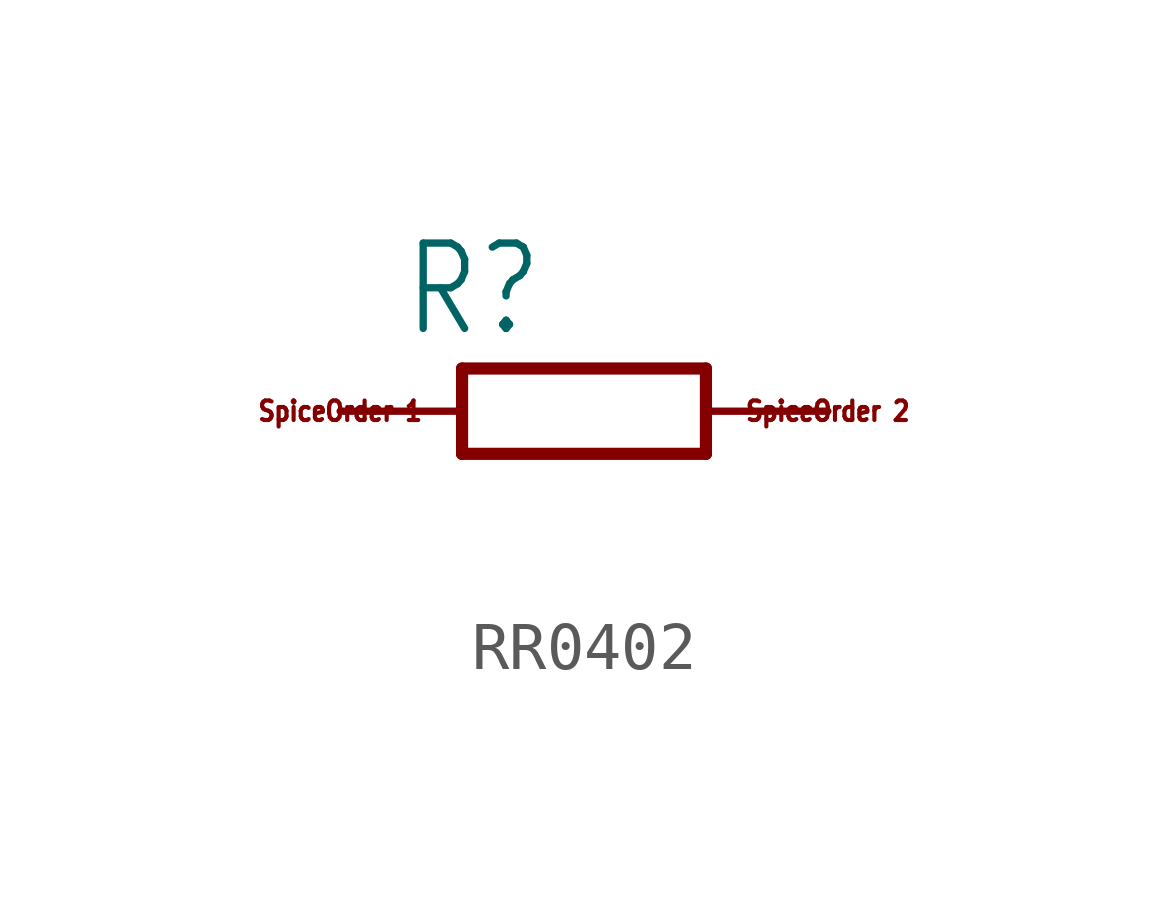
<source format=kicad_sym>
(kicad_symbol_lib
  (version 20220914)
  (generator kicad_symbol_editor)
  (symbol "RR0402"
    (property "Reference" "R"
      (at -3.81 1.499 0)
      (effects (font (size 1.778 1.511)) (justify left bottom)))
    (property "Value" ""
      (at -3.81 -3.302 0)
      (effects (font (size 1.778 1.511)) (justify left bottom)))
    (property "ki_locked" ""
      (at 0 0 0)
      (effects (font (size 1.27 1.27))))
    (symbol "RR0402_1_0"
      (polyline (pts (xy -2.54 -0.889) (xy -2.54 0.889)) (stroke (width 0.254) (type solid)) (fill (type none)))
      (polyline (pts (xy -2.54 -0.889) (xy 2.54 -0.889)) (stroke (width 0.254) (type solid)) (fill (type none)))
      (polyline (pts (xy 2.54 -0.889) (xy 2.54 0.889)) (stroke (width 0.254) (type solid)) (fill (type none)))
      (polyline (pts (xy 2.54 0.889) (xy -2.54 0.889)) (stroke (width 0.254) (type solid)) (fill (type none)))
      (text "SpiceOrder 1" (at -5.08 0 0) (effects (font (size 0.406 0.345))))
      (text "SpiceOrder 2" (at 5.08 0 0) (effects (font (size 0.406 0.345))))
      (pin passive line (at -5.08 0 0) (length 2.54) (name "1" (effects (font (size 0 0)))) (number "1" (effects (font (size 0 0)))))
      (pin passive line (at 5.08 0 180) (length 2.54) (name "2" (effects (font (size 0 0)))) (number "2" (effects (font (size 0 0))))))))
</source>
